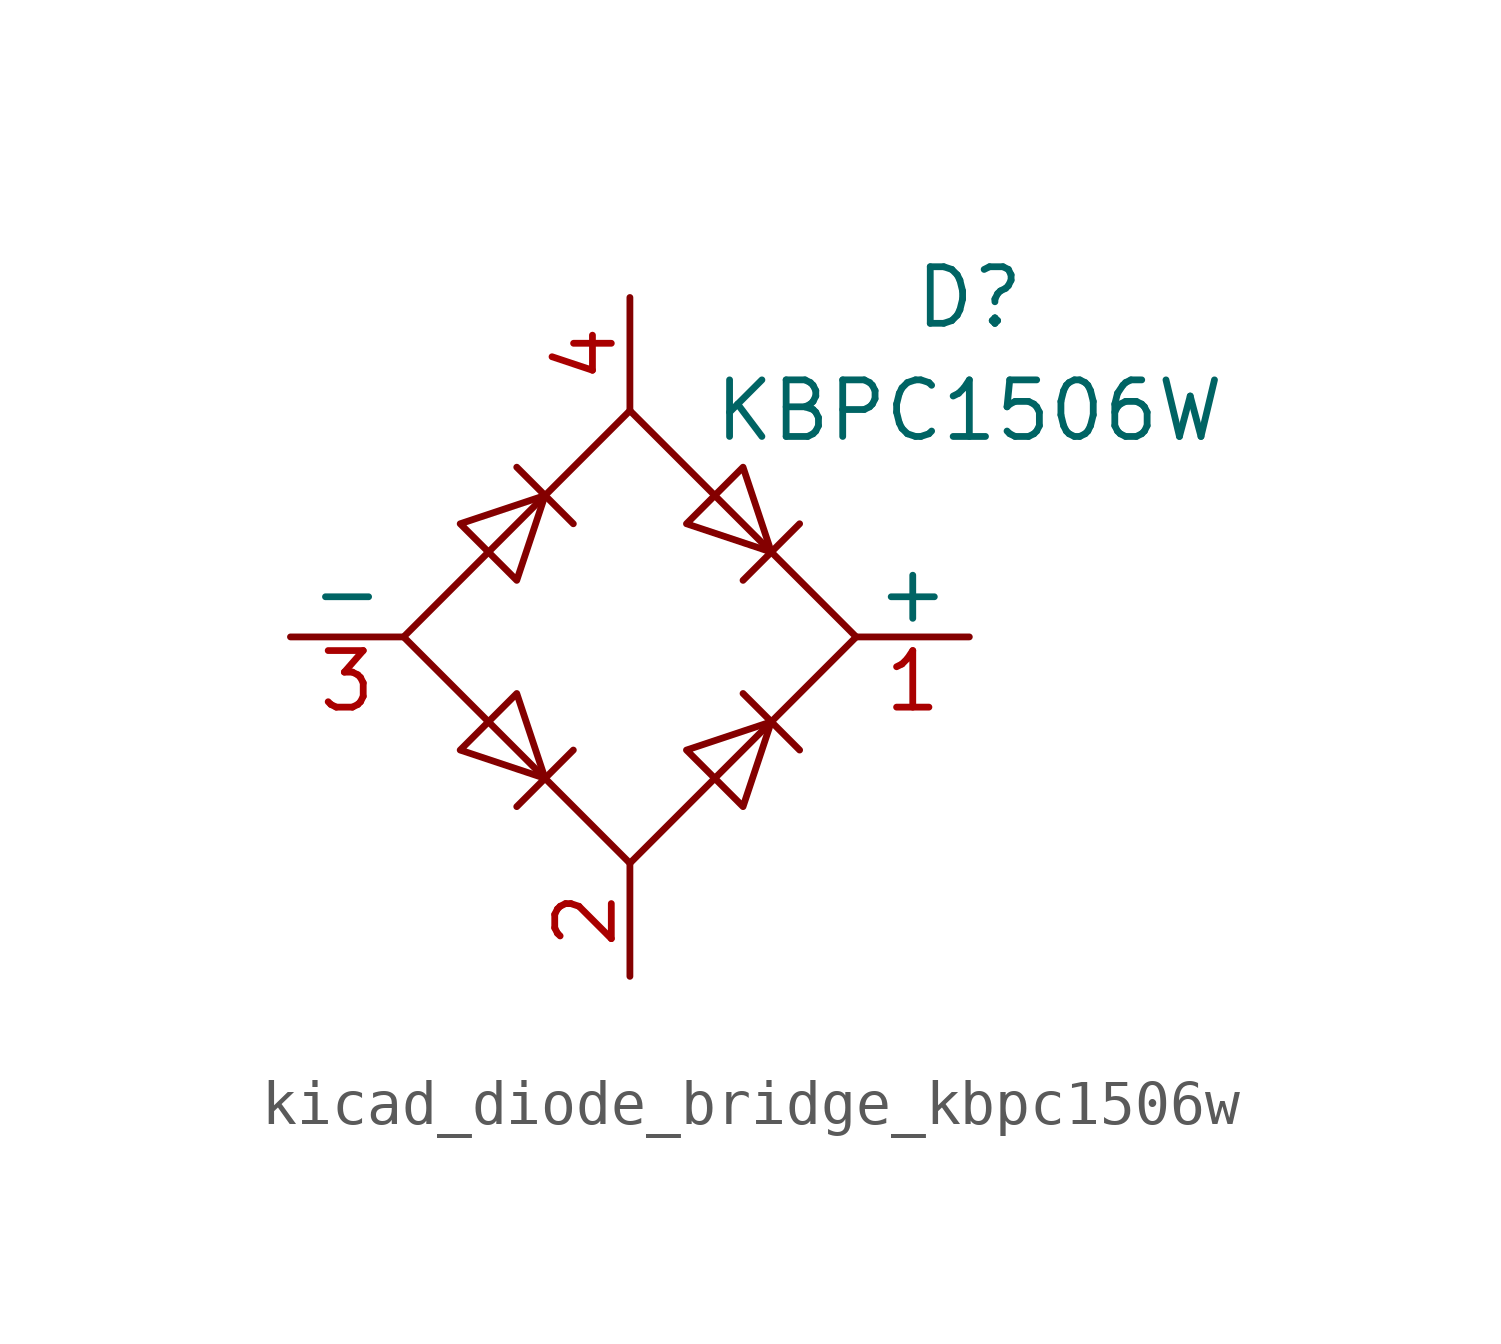
<source format=kicad_sym>
(kicad_symbol_lib
  (version 20220914)
  (generator kicad_symbol_editor)
  (symbol "kicad_diode_bridge_kbpc1506w"
    (pin_names
      (offset 0))
    (property "Reference" "D"
      (at 7.62 7.62 0)
      (effects (font (size 1.27 1.27))))
    (property "Value" "KBPC1506W"
      (at 7.62 5.08 0)
      (effects (font (size 1.27 1.27))))
    (symbol "kicad_diode_bridge_kbpc1506w_0_1"
      (polyline (pts (xy -2.54 3.81) (xy -1.27 2.54)) (stroke (width 0) (type default)) (fill (type none)))
      (polyline (pts (xy -1.27 -2.54) (xy -2.54 -3.81)) (stroke (width 0) (type default)) (fill (type none)))
      (polyline (pts (xy 2.54 -1.27) (xy 3.81 -2.54)) (stroke (width 0) (type default)) (fill (type none)))
      (polyline (pts (xy 2.54 1.27) (xy 3.81 2.54)) (stroke (width 0) (type default)) (fill (type none)))
      (polyline (pts (xy -3.81 2.54) (xy -2.54 1.27) (xy -1.905 3.175) (xy -3.81 2.54)) (stroke (width 0) (type default)) (fill (type none)))
      (polyline (pts (xy -2.54 -1.27) (xy -3.81 -2.54) (xy -1.905 -3.175) (xy -2.54 -1.27)) (stroke (width 0) (type default)) (fill (type none)))
      (polyline (pts (xy 1.27 2.54) (xy 2.54 3.81) (xy 3.175 1.905) (xy 1.27 2.54)) (stroke (width 0) (type default)) (fill (type none)))
      (polyline (pts (xy 3.175 -1.905) (xy 1.27 -2.54) (xy 2.54 -3.81) (xy 3.175 -1.905)) (stroke (width 0) (type default)) (fill (type none)))
      (polyline (pts (xy -5.08 0) (xy 0 -5.08) (xy 5.08 0) (xy 0 5.08) (xy -5.08 0)) (stroke (width 0) (type default)) (fill (type none))))
    (symbol "kicad_diode_bridge_kbpc1506w_1_1"
      (pin passive line (at 7.62 0 180) (length 2.54) (name "+" (effects (font (size 1.27 1.27)))) (number "1" (effects (font (size 1.27 1.27)))))
      (pin passive line (at 0 -7.62 90) (length 2.54) (name "~" (effects (font (size 1.27 1.27)))) (number "2" (effects (font (size 1.27 1.27)))))
      (pin passive line (at -7.62 0 0) (length 2.54) (name "-" (effects (font (size 1.27 1.27)))) (number "3" (effects (font (size 1.27 1.27)))))
      (pin passive line (at 0 7.62 270) (length 2.54) (name "~" (effects (font (size 1.27 1.27)))) (number "4" (effects (font (size 1.27 1.27))))))))
</source>
